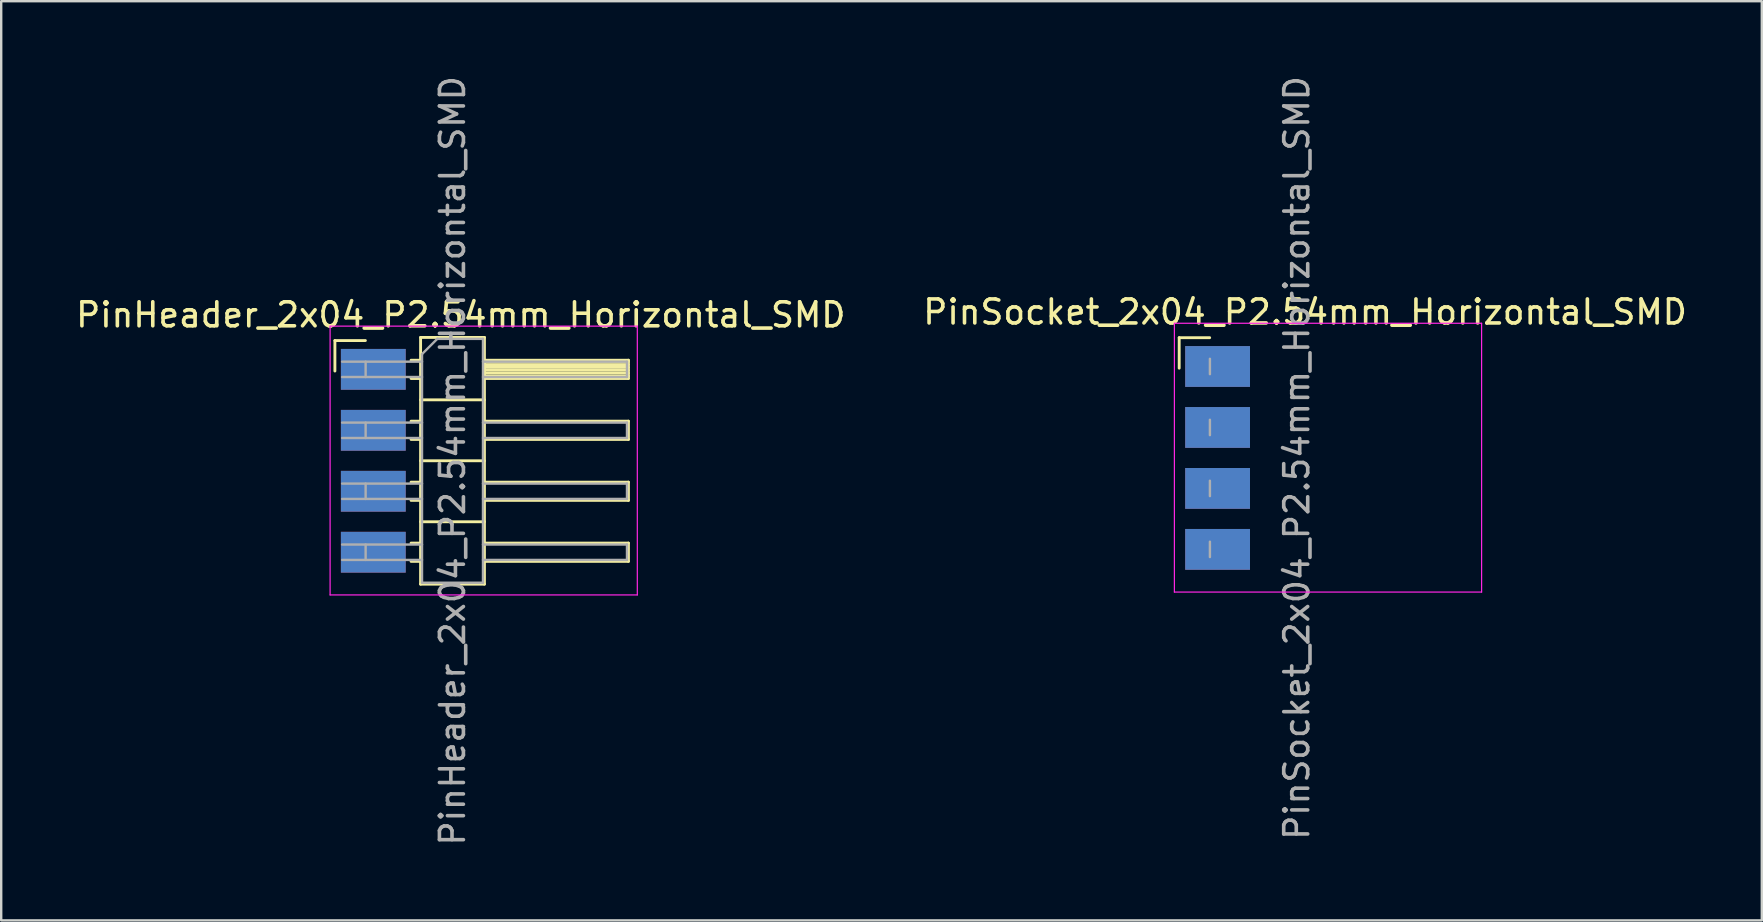
<source format=kicad_pcb>
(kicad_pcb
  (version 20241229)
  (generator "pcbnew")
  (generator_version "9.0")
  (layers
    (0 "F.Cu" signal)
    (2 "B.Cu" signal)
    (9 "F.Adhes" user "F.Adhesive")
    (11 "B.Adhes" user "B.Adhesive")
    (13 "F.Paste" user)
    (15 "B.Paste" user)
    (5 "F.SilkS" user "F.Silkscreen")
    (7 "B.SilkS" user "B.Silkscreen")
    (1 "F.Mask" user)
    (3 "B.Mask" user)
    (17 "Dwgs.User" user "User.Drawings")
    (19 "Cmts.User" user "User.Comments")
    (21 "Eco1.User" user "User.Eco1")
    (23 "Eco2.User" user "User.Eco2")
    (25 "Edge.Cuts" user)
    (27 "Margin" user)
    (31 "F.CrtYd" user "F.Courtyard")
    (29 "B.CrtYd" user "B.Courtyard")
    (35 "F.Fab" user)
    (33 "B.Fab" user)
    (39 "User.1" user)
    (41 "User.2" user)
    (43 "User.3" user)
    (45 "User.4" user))
  (footprint "PinHeader_2x04_P2.54mm_Horizontal_SMD"
    (layer "F.Cu")
    (at 12.504 12.339)
    (property "Reference" "PinHeader_2x04_P2.54mm_Horizontal_SMD" (at 3.645 -2.27 0) (layer "F.SilkS") (effects (font (size 1 1) (thickness 0.15))))
    (attr through_hole)
    (fp_line (start -1.6 -1.2) (end -0.33 -1.2) (stroke (width 0.12) (type solid)) (layer "F.SilkS"))
    (fp_line (start -1.6 0.07) (end -1.6 -1.2) (stroke (width 0.12) (type solid)) (layer "F.SilkS"))
    (fp_line (start 1.573 -0.38) (end 1.97 -0.38) (stroke (width 0.12) (type solid)) (layer "F.SilkS"))
    (fp_line (start 1.573 0.38) (end 1.97 0.38) (stroke (width 0.12) (type solid)) (layer "F.SilkS"))
    (fp_line (start 1.573 2.16) (end 1.97 2.16) (stroke (width 0.12) (type solid)) (layer "F.SilkS"))
    (fp_line (start 1.573 2.92) (end 1.97 2.92) (stroke (width 0.12) (type solid)) (layer "F.SilkS"))
    (fp_line (start 1.573 4.7) (end 1.97 4.7) (stroke (width 0.12) (type solid)) (layer "F.SilkS"))
    (fp_line (start 1.573 5.46) (end 1.97 5.46) (stroke (width 0.12) (type solid)) (layer "F.SilkS"))
    (fp_line (start 1.573 7.24) (end 1.97 7.24) (stroke (width 0.12) (type solid)) (layer "F.SilkS"))
    (fp_line (start 1.573 8) (end 1.97 8) (stroke (width 0.12) (type solid)) (layer "F.SilkS"))
    (fp_line (start 1.97 -1.33) (end 1.97 8.95) (stroke (width 0.12) (type solid)) (layer "F.SilkS"))
    (fp_line (start 1.97 1.27) (end 4.63 1.27) (stroke (width 0.12) (type solid)) (layer "F.SilkS"))
    (fp_line (start 1.97 3.81) (end 4.63 3.81) (stroke (width 0.12) (type solid)) (layer "F.SilkS"))
    (fp_line (start 1.97 6.35) (end 4.63 6.35) (stroke (width 0.12) (type solid)) (layer "F.SilkS"))
    (fp_line (start 1.97 8.95) (end 4.63 8.95) (stroke (width 0.12) (type solid)) (layer "F.SilkS"))
    (fp_line (start 4.63 -1.33) (end 1.97 -1.33) (stroke (width 0.12) (type solid)) (layer "F.SilkS"))
    (fp_line (start 4.63 -0.38) (end 10.63 -0.38) (stroke (width 0.12) (type solid)) (layer "F.SilkS"))
    (fp_line (start 4.63 -0.32) (end 10.63 -0.32) (stroke (width 0.12) (type solid)) (layer "F.SilkS"))
    (fp_line (start 4.63 -0.2) (end 10.63 -0.2) (stroke (width 0.12) (type solid)) (layer "F.SilkS"))
    (fp_line (start 4.63 -0.08) (end 10.63 -0.08) (stroke (width 0.12) (type solid)) (layer "F.SilkS"))
    (fp_line (start 4.63 0.04) (end 10.63 0.04) (stroke (width 0.12) (type solid)) (layer "F.SilkS"))
    (fp_line (start 4.63 0.16) (end 10.63 0.16) (stroke (width 0.12) (type solid)) (layer "F.SilkS"))
    (fp_line (start 4.63 0.28) (end 10.63 0.28) (stroke (width 0.12) (type solid)) (layer "F.SilkS"))
    (fp_line (start 4.63 2.16) (end 10.63 2.16) (stroke (width 0.12) (type solid)) (layer "F.SilkS"))
    (fp_line (start 4.63 4.7) (end 10.63 4.7) (stroke (width 0.12) (type solid)) (layer "F.SilkS"))
    (fp_line (start 4.63 7.24) (end 10.63 7.24) (stroke (width 0.12) (type solid)) (layer "F.SilkS"))
    (fp_line (start 4.63 8.95) (end 4.63 -1.33) (stroke (width 0.12) (type solid)) (layer "F.SilkS"))
    (fp_line (start 10.63 -0.38) (end 10.63 0.38) (stroke (width 0.12) (type solid)) (layer "F.SilkS"))
    (fp_line (start 10.63 0.38) (end 4.63 0.38) (stroke (width 0.12) (type solid)) (layer "F.SilkS"))
    (fp_line (start 10.63 2.16) (end 10.63 2.92) (stroke (width 0.12) (type solid)) (layer "F.SilkS"))
    (fp_line (start 10.63 2.92) (end 4.63 2.92) (stroke (width 0.12) (type solid)) (layer "F.SilkS"))
    (fp_line (start 10.63 4.7) (end 10.63 5.46) (stroke (width 0.12) (type solid)) (layer "F.SilkS"))
    (fp_line (start 10.63 5.46) (end 4.63 5.46) (stroke (width 0.12) (type solid)) (layer "F.SilkS"))
    (fp_line (start 10.63 7.24) (end 10.63 8) (stroke (width 0.12) (type solid)) (layer "F.SilkS"))
    (fp_line (start 10.63 8) (end 4.63 8) (stroke (width 0.12) (type solid)) (layer "F.SilkS"))
    (fp_line (start -1.8 -1.8) (end -1.8 9.4) (stroke (width 0.05) (type solid)) (layer "F.CrtYd"))
    (fp_line (start -1.8 9.4) (end 11 9.4) (stroke (width 0.05) (type solid)) (layer "F.CrtYd"))
    (fp_line (start 11 -1.8) (end -1.8 -1.8) (stroke (width 0.05) (type solid)) (layer "F.CrtYd"))
    (fp_line (start 11 9.4) (end 11 -1.8) (stroke (width 0.05) (type solid)) (layer "F.CrtYd"))
    (fp_line (start -1.3 -0.32) (end 2.03 -0.32) (stroke (width 0.1) (type solid)) (layer "F.Fab"))
    (fp_line (start -1.3 0.32) (end 2.03 0.32) (stroke (width 0.1) (type solid)) (layer "F.Fab"))
    (fp_line (start -1.3 2.22) (end 2.03 2.22) (stroke (width 0.1) (type solid)) (layer "F.Fab"))
    (fp_line (start -1.3 2.86) (end 2.03 2.86) (stroke (width 0.1) (type solid)) (layer "F.Fab"))
    (fp_line (start -1.3 4.76) (end 2.03 4.76) (stroke (width 0.1) (type solid)) (layer "F.Fab"))
    (fp_line (start -1.3 5.4) (end 2.03 5.4) (stroke (width 0.1) (type solid)) (layer "F.Fab"))
    (fp_line (start -1.3 7.3) (end 2.03 7.3) (stroke (width 0.1) (type solid)) (layer "F.Fab"))
    (fp_line (start -1.3 7.94) (end 2.03 7.94) (stroke (width 0.1) (type solid)) (layer "F.Fab"))
    (fp_line (start -0.32 -0.32) (end -0.32 0.32) (stroke (width 0.1) (type solid)) (layer "F.Fab"))
    (fp_line (start -0.32 2.22) (end -0.32 2.86) (stroke (width 0.1) (type solid)) (layer "F.Fab"))
    (fp_line (start -0.32 4.76) (end -0.32 5.4) (stroke (width 0.1) (type solid)) (layer "F.Fab"))
    (fp_line (start -0.32 7.3) (end -0.32 7.94) (stroke (width 0.1) (type solid)) (layer "F.Fab"))
    (fp_line (start 2.03 -0.635) (end 2.665 -1.27) (stroke (width 0.1) (type solid)) (layer "F.Fab"))
    (fp_line (start 2.03 8.89) (end 2.03 -0.635) (stroke (width 0.1) (type solid)) (layer "F.Fab"))
    (fp_line (start 2.665 -1.27) (end 4.57 -1.27) (stroke (width 0.1) (type solid)) (layer "F.Fab"))
    (fp_line (start 4.57 -1.27) (end 4.57 8.89) (stroke (width 0.1) (type solid)) (layer "F.Fab"))
    (fp_line (start 4.57 -0.32) (end 10.57 -0.32) (stroke (width 0.1) (type solid)) (layer "F.Fab"))
    (fp_line (start 4.57 0.32) (end 10.57 0.32) (stroke (width 0.1) (type solid)) (layer "F.Fab"))
    (fp_line (start 4.57 2.22) (end 10.57 2.22) (stroke (width 0.1) (type solid)) (layer "F.Fab"))
    (fp_line (start 4.57 2.86) (end 10.57 2.86) (stroke (width 0.1) (type solid)) (layer "F.Fab"))
    (fp_line (start 4.57 4.76) (end 10.57 4.76) (stroke (width 0.1) (type solid)) (layer "F.Fab"))
    (fp_line (start 4.57 5.4) (end 10.57 5.4) (stroke (width 0.1) (type solid)) (layer "F.Fab"))
    (fp_line (start 4.57 7.3) (end 10.57 7.3) (stroke (width 0.1) (type solid)) (layer "F.Fab"))
    (fp_line (start 4.57 7.94) (end 10.57 7.94) (stroke (width 0.1) (type solid)) (layer "F.Fab"))
    (fp_line (start 4.57 8.89) (end 2.03 8.89) (stroke (width 0.1) (type solid)) (layer "F.Fab"))
    (fp_line (start 10.57 -0.32) (end 10.57 0.32) (stroke (width 0.1) (type solid)) (layer "F.Fab"))
    (fp_line (start 10.57 2.22) (end 10.57 2.86) (stroke (width 0.1) (type solid)) (layer "F.Fab"))
    (fp_line (start 10.57 4.76) (end 10.57 5.4) (stroke (width 0.1) (type solid)) (layer "F.Fab"))
    (fp_line (start 10.57 7.3) (end 10.57 7.94) (stroke (width 0.1) (type solid)) (layer "F.Fab"))
    (fp_text user "${REFERENCE}" (at 3.3 3.81 90) (layer "F.Fab") (effects (font (size 1 1) (thickness 0.15))))
    (pad "1" smd rect (at 0 0) (size 2.7 1.7) (layers "F.Cu" "F.Mask"))
    (pad "2" smd rect (at 0 2.54) (size 2.7 1.7) (layers "F.Cu" "F.Mask"))
    (pad "3" smd rect (at 0 5.08) (size 2.7 1.7) (layers "F.Cu" "F.Mask"))
    (pad "4" smd rect (at 0 7.62) (size 2.7 1.7) (layers "F.Cu" "F.Mask"))
    (pad "5" smd rect (at 0 0) (size 2.7 1.7) (layers "B.Cu" "B.Mask"))
    (pad "6" smd rect (at 0 2.54) (size 2.7 1.7) (layers "B.Cu" "B.Mask"))
    (pad "7" smd rect (at 0 5.08) (size 2.7 1.7) (layers "B.Cu" "B.Mask"))
    (pad "8" smd rect (at 0 7.62) (size 2.7 1.7) (layers "B.Cu" "B.Mask")))
  (footprint "PinSocket_2x04_P2.54mm_Horizontal_SMD"
    (layer "F.Cu")
    (at 47.682 12.22)
    (property "Reference" "PinSocket_2x04_P2.54mm_Horizontal_SMD" (at 3.645 -2.27 0) (layer "F.SilkS") (effects (font (size 1 1) (thickness 0.15))))
    (attr through_hole)
    (fp_line (start -1.6 -1.2) (end -0.33 -1.2) (stroke (width 0.12) (type solid)) (layer "F.SilkS"))
    (fp_line (start -1.6 0.07) (end -1.6 -1.2) (stroke (width 0.12) (type solid)) (layer "F.SilkS"))
    (fp_line (start -1.8 -1.8) (end -1.8 9.4) (stroke (width 0.05) (type solid)) (layer "F.CrtYd"))
    (fp_line (start -1.8 9.4) (end 11 9.4) (stroke (width 0.05) (type solid)) (layer "F.CrtYd"))
    (fp_line (start 11 -1.8) (end -1.8 -1.8) (stroke (width 0.05) (type solid)) (layer "F.CrtYd"))
    (fp_line (start 11 9.4) (end 11 -1.8) (stroke (width 0.05) (type solid)) (layer "F.CrtYd"))
    (fp_line (start -0.32 -0.32) (end -0.32 0.32) (stroke (width 0.1) (type solid)) (layer "F.Fab"))
    (fp_line (start -0.32 2.22) (end -0.32 2.86) (stroke (width 0.1) (type solid)) (layer "F.Fab"))
    (fp_line (start -0.32 4.76) (end -0.32 5.4) (stroke (width 0.1) (type solid)) (layer "F.Fab"))
    (fp_line (start -0.32 7.3) (end -0.32 7.94) (stroke (width 0.1) (type solid)) (layer "F.Fab"))
    (fp_text user "${REFERENCE}" (at 3.3 3.81 90) (layer "F.Fab") (effects (font (size 1 1) (thickness 0.15))))
    (pad "1" smd rect (at 0 0) (size 2.7 1.7) (layers "F.Cu" "F.Mask"))
    (pad "2" smd rect (at 0 2.54) (size 2.7 1.7) (layers "F.Cu" "F.Mask"))
    (pad "3" smd rect (at 0 5.08) (size 2.7 1.7) (layers "F.Cu" "F.Mask"))
    (pad "4" smd rect (at 0 7.62) (size 2.7 1.7) (layers "F.Cu" "F.Mask"))
    (pad "5" smd rect (at 0 0) (size 2.7 1.7) (layers "B.Cu" "B.Mask"))
    (pad "6" smd rect (at 0 2.54) (size 2.7 1.7) (layers "B.Cu" "B.Mask"))
    (pad "7" smd rect (at 0 5.08) (size 2.7 1.7) (layers "B.Cu" "B.Mask"))
    (pad "8" smd rect (at 0 7.62) (size 2.7 1.7) (layers "B.Cu" "B.Mask")))
  (gr_rect
    (start -3 -3)
    (end 70.357 35.298)
    (stroke (width 0.1) (type default))
    (fill no)
    (layer "Edge.Cuts")))
</source>
